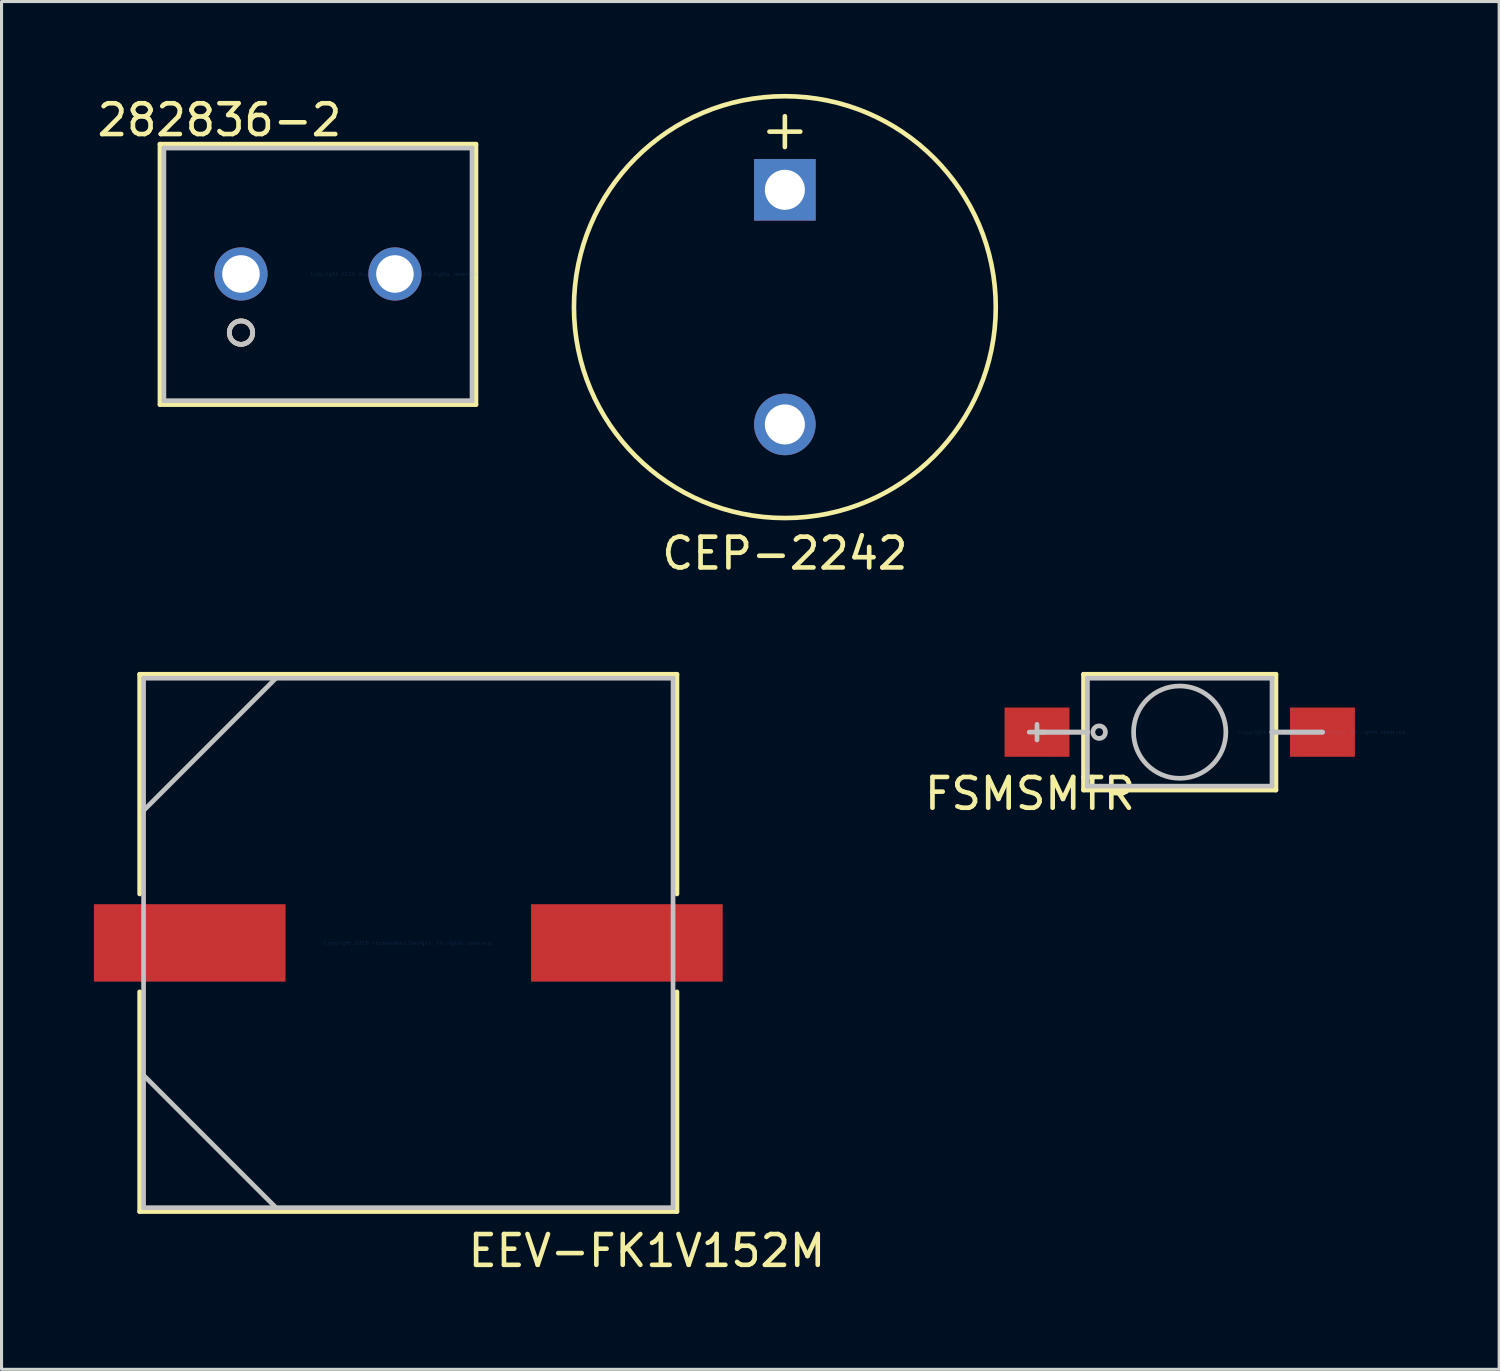
<source format=kicad_pcb>
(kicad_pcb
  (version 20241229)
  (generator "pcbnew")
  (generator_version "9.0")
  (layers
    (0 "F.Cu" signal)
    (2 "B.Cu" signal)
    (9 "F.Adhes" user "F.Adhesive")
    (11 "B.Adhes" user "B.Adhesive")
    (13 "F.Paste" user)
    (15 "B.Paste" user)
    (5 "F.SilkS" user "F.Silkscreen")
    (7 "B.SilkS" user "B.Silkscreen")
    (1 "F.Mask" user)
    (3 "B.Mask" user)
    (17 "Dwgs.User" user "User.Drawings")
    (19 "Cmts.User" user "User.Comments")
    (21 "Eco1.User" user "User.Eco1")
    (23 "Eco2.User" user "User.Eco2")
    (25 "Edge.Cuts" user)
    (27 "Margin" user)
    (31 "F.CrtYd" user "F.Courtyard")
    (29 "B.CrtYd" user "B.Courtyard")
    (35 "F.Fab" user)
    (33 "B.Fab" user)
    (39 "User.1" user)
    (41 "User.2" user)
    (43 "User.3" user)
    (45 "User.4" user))
  (footprint "FSMSMTR"
    (layer "F.Cu")
    (at 39.901 20.729)
    (property "Reference" "FSMSMTR" (at -9.5 2 0) (layer "F.SilkS") (effects (font (size 1 1) (thickness 0.15))))
    (attr through_hole)
    (fp_line (start -7.76 -1.88) (end -7.76 1.88) (stroke (width 0.152) (type solid)) (layer "F.SilkS"))
    (fp_line (start -7.76 1.88) (end -1.511 1.88) (stroke (width 0.152) (type solid)) (layer "F.SilkS"))
    (fp_line (start -1.511 -1.88) (end -7.76 -1.88) (stroke (width 0.152) (type solid)) (layer "F.SilkS"))
    (fp_line (start -1.511 1.88) (end -1.511 -1.88) (stroke (width 0.152) (type solid)) (layer "F.SilkS"))
    (fp_line (start -9.525 0) (end -9.017 0) (stroke (width 0.152) (type solid)) (layer "Dwgs.User"))
    (fp_line (start -9.271 0) (end -9.271 0) (stroke (width 0.152) (type solid)) (layer "Dwgs.User"))
    (fp_line (start -9.271 0) (end -7.633 0) (stroke (width 0.152) (type solid)) (layer "Dwgs.User"))
    (fp_line (start -9.271 0.254) (end -9.271 -0.254) (stroke (width 0.152) (type solid)) (layer "Dwgs.User"))
    (fp_line (start -7.633 -1.753) (end -7.633 1.753) (stroke (width 0.152) (type solid)) (layer "Dwgs.User"))
    (fp_line (start -7.633 0) (end -9.271 0) (stroke (width 0.152) (type solid)) (layer "Dwgs.User"))
    (fp_line (start -7.633 0) (end -7.633 0) (stroke (width 0.152) (type solid)) (layer "Dwgs.User"))
    (fp_line (start -7.633 1.753) (end -1.638 1.753) (stroke (width 0.152) (type solid)) (layer "Dwgs.User"))
    (fp_line (start -1.638 -1.753) (end -7.633 -1.753) (stroke (width 0.152) (type solid)) (layer "Dwgs.User"))
    (fp_line (start -1.638 0) (end -1.638 0) (stroke (width 0.152) (type solid)) (layer "Dwgs.User"))
    (fp_line (start -1.638 0) (end 0 0) (stroke (width 0.152) (type solid)) (layer "Dwgs.User"))
    (fp_line (start -1.638 1.753) (end -1.638 -1.753) (stroke (width 0.152) (type solid)) (layer "Dwgs.User"))
    (fp_line (start 0 0) (end -1.638 0) (stroke (width 0.152) (type solid)) (layer "Dwgs.User"))
    (fp_line (start 0 0) (end 0 0) (stroke (width 0.152) (type solid)) (layer "Dwgs.User"))
    (fp_circle (center -7.252 0) (end -7.048 0) (stroke (width 0.152) (type solid)) (fill no) (layer "Dwgs.User"))
    (fp_circle (center -4.636 0) (end -3.137 0) (stroke (width 0.152) (type solid)) (fill no) (layer "Dwgs.User"))
    (fp_text user "Copyright 2016 Accelerated Designs. All rights reserved." (at 0 0 0) (layer "Cmts.User") (effects (font (size 0.127 0.127) (thickness 0.002))))
    (pad "1" smd rect (at -9.271 0) (size 2.108 1.6) (layers "F.Cu" "F.Mask" "F.Paste"))
    (pad "2" smd rect (at 0 0) (size 2.108 1.6) (layers "F.Cu" "F.Mask" "F.Paste")))
  (footprint "282836-2"
    (layer "F.Cu")
    (at 9.777 5.848)
    (property "Reference" "282836-2" (at -5.7 -5 0) (layer "F.SilkS") (effects (font (size 1 1) (thickness 0.15))))
    (attr through_hole)
    (fp_line (start -7.631 -4.216) (end -7.631 4.242) (stroke (width 0.152) (type solid)) (layer "F.SilkS"))
    (fp_line (start -7.631 4.242) (end 2.631 4.242) (stroke (width 0.152) (type solid)) (layer "F.SilkS"))
    (fp_line (start 2.631 -4.216) (end -7.631 -4.216) (stroke (width 0.152) (type solid)) (layer "F.SilkS"))
    (fp_line (start 2.631 4.242) (end 2.631 -4.216) (stroke (width 0.152) (type solid)) (layer "F.SilkS"))
    (fp_circle (center -5 1.905) (end -4.619 1.905) (stroke (width 0.152) (type solid)) (fill no) (layer "F.SilkS"))
    (fp_circle (center -5 1.905) (end -4.619 1.905) (stroke (width 0.152) (type solid)) (fill no) (layer "B.SilkS"))
    (fp_line (start -7.504 -4.089) (end -7.504 4.115) (stroke (width 0.152) (type solid)) (layer "Dwgs.User"))
    (fp_line (start -7.504 4.115) (end 2.504 4.115) (stroke (width 0.152) (type solid)) (layer "Dwgs.User"))
    (fp_line (start 2.504 -4.089) (end -7.504 -4.089) (stroke (width 0.152) (type solid)) (layer "Dwgs.User"))
    (fp_line (start 2.504 4.115) (end 2.504 -4.089) (stroke (width 0.152) (type solid)) (layer "Dwgs.User"))
    (fp_circle (center -5 1.905) (end -4.619 1.905) (stroke (width 0.152) (type solid)) (fill no) (layer "Dwgs.User"))
    (fp_text user "Copyright 2016 Accelerated Designs. All rights reserved." (at 0 0 0) (layer "Cmts.User") (effects (font (size 0.127 0.127) (thickness 0.002))))
    (pad "1" thru_hole circle (at -5 0) (size 1.727 1.727) (drill 1.219) (layers "*.Cu" "*.Mask"))
    (pad "2" thru_hole circle (at 0 0) (size 1.727 1.727) (drill 1.219) (layers "*.Cu" "*.Mask")))
  (footprint "EEV-FK1V152M"
    (layer "F.Cu")
    (at 10.211 27.574)
    (property "Reference" "EEV-FK1V152M" (at 7.75 10 0) (layer "F.SilkS") (effects (font (size 1 1) (thickness 0.15))))
    (attr through_hole)
    (fp_line (start -8.725 -8.725) (end -8.725 -1.59) (stroke (width 0.152) (type solid)) (layer "F.SilkS"))
    (fp_line (start -8.725 1.59) (end -8.725 8.725) (stroke (width 0.152) (type solid)) (layer "F.SilkS"))
    (fp_line (start -8.725 8.725) (end 8.725 8.725) (stroke (width 0.152) (type solid)) (layer "F.SilkS"))
    (fp_line (start 8.725 -8.725) (end -8.725 -8.725) (stroke (width 0.152) (type solid)) (layer "F.SilkS"))
    (fp_line (start 8.725 -1.59) (end 8.725 -8.725) (stroke (width 0.152) (type solid)) (layer "F.SilkS"))
    (fp_line (start 8.725 8.725) (end 8.725 1.59) (stroke (width 0.152) (type solid)) (layer "F.SilkS"))
    (fp_line (start -8.598 -8.598) (end -8.598 8.598) (stroke (width 0.152) (type solid)) (layer "Dwgs.User"))
    (fp_line (start -8.598 -4.299) (end -4.299 -8.598) (stroke (width 0.152) (type solid)) (layer "Dwgs.User"))
    (fp_line (start -8.598 4.299) (end -4.299 8.598) (stroke (width 0.152) (type solid)) (layer "Dwgs.User"))
    (fp_line (start -8.598 8.598) (end 8.598 8.598) (stroke (width 0.152) (type solid)) (layer "Dwgs.User"))
    (fp_line (start 8.598 -8.598) (end -8.598 -8.598) (stroke (width 0.152) (type solid)) (layer "Dwgs.User"))
    (fp_line (start 8.598 8.598) (end 8.598 -8.598) (stroke (width 0.152) (type solid)) (layer "Dwgs.User"))
    (fp_text user "Copyright 2016 Accelerated Designs. All rights reserved." (at 0 0 0) (layer "Cmts.User") (effects (font (size 0.127 0.127) (thickness 0.002))))
    (pad "1" smd rect (at -7.099 0) (size 6.223 2.515) (layers "F.Cu" "F.Mask" "F.Paste"))
    (pad "2" smd rect (at 7.099 0) (size 6.223 2.515) (layers "F.Cu" "F.Mask" "F.Paste")))
  (footprint "CEP-2242"
    (layer "F.Cu")
    (at 22.441 6.925)
    (property "Reference" "CEP-2242" (at 0 8 0) (layer "F.SilkS") (effects (font (size 1 1) (thickness 0.15))))
    (attr through_hole)
    (fp_line (start 0 -5.2) (end 0 -6.2) (stroke (width 0.15) (type solid)) (layer "F.SilkS"))
    (fp_line (start 0.5 -5.7) (end -0.5 -5.7) (stroke (width 0.15) (type solid)) (layer "F.SilkS"))
    (fp_circle (center 0 0) (end 6.85 0) (stroke (width 0.15) (type solid)) (fill no) (layer "F.SilkS"))
    (pad "1" thru_hole rect (at 0 -3.81) (size 2 2) (drill 1.3) (layers "*.Cu" "*.Mask"))
    (pad "2" thru_hole circle (at 0 3.81) (size 2 2) (drill 1.3) (layers "*.Cu" "*.Mask")))
  (gr_rect
    (start -3 -3)
    (end 45.64 41.423)
    (stroke (width 0.1) (type default))
    (fill no)
    (layer "Edge.Cuts")))
</source>
